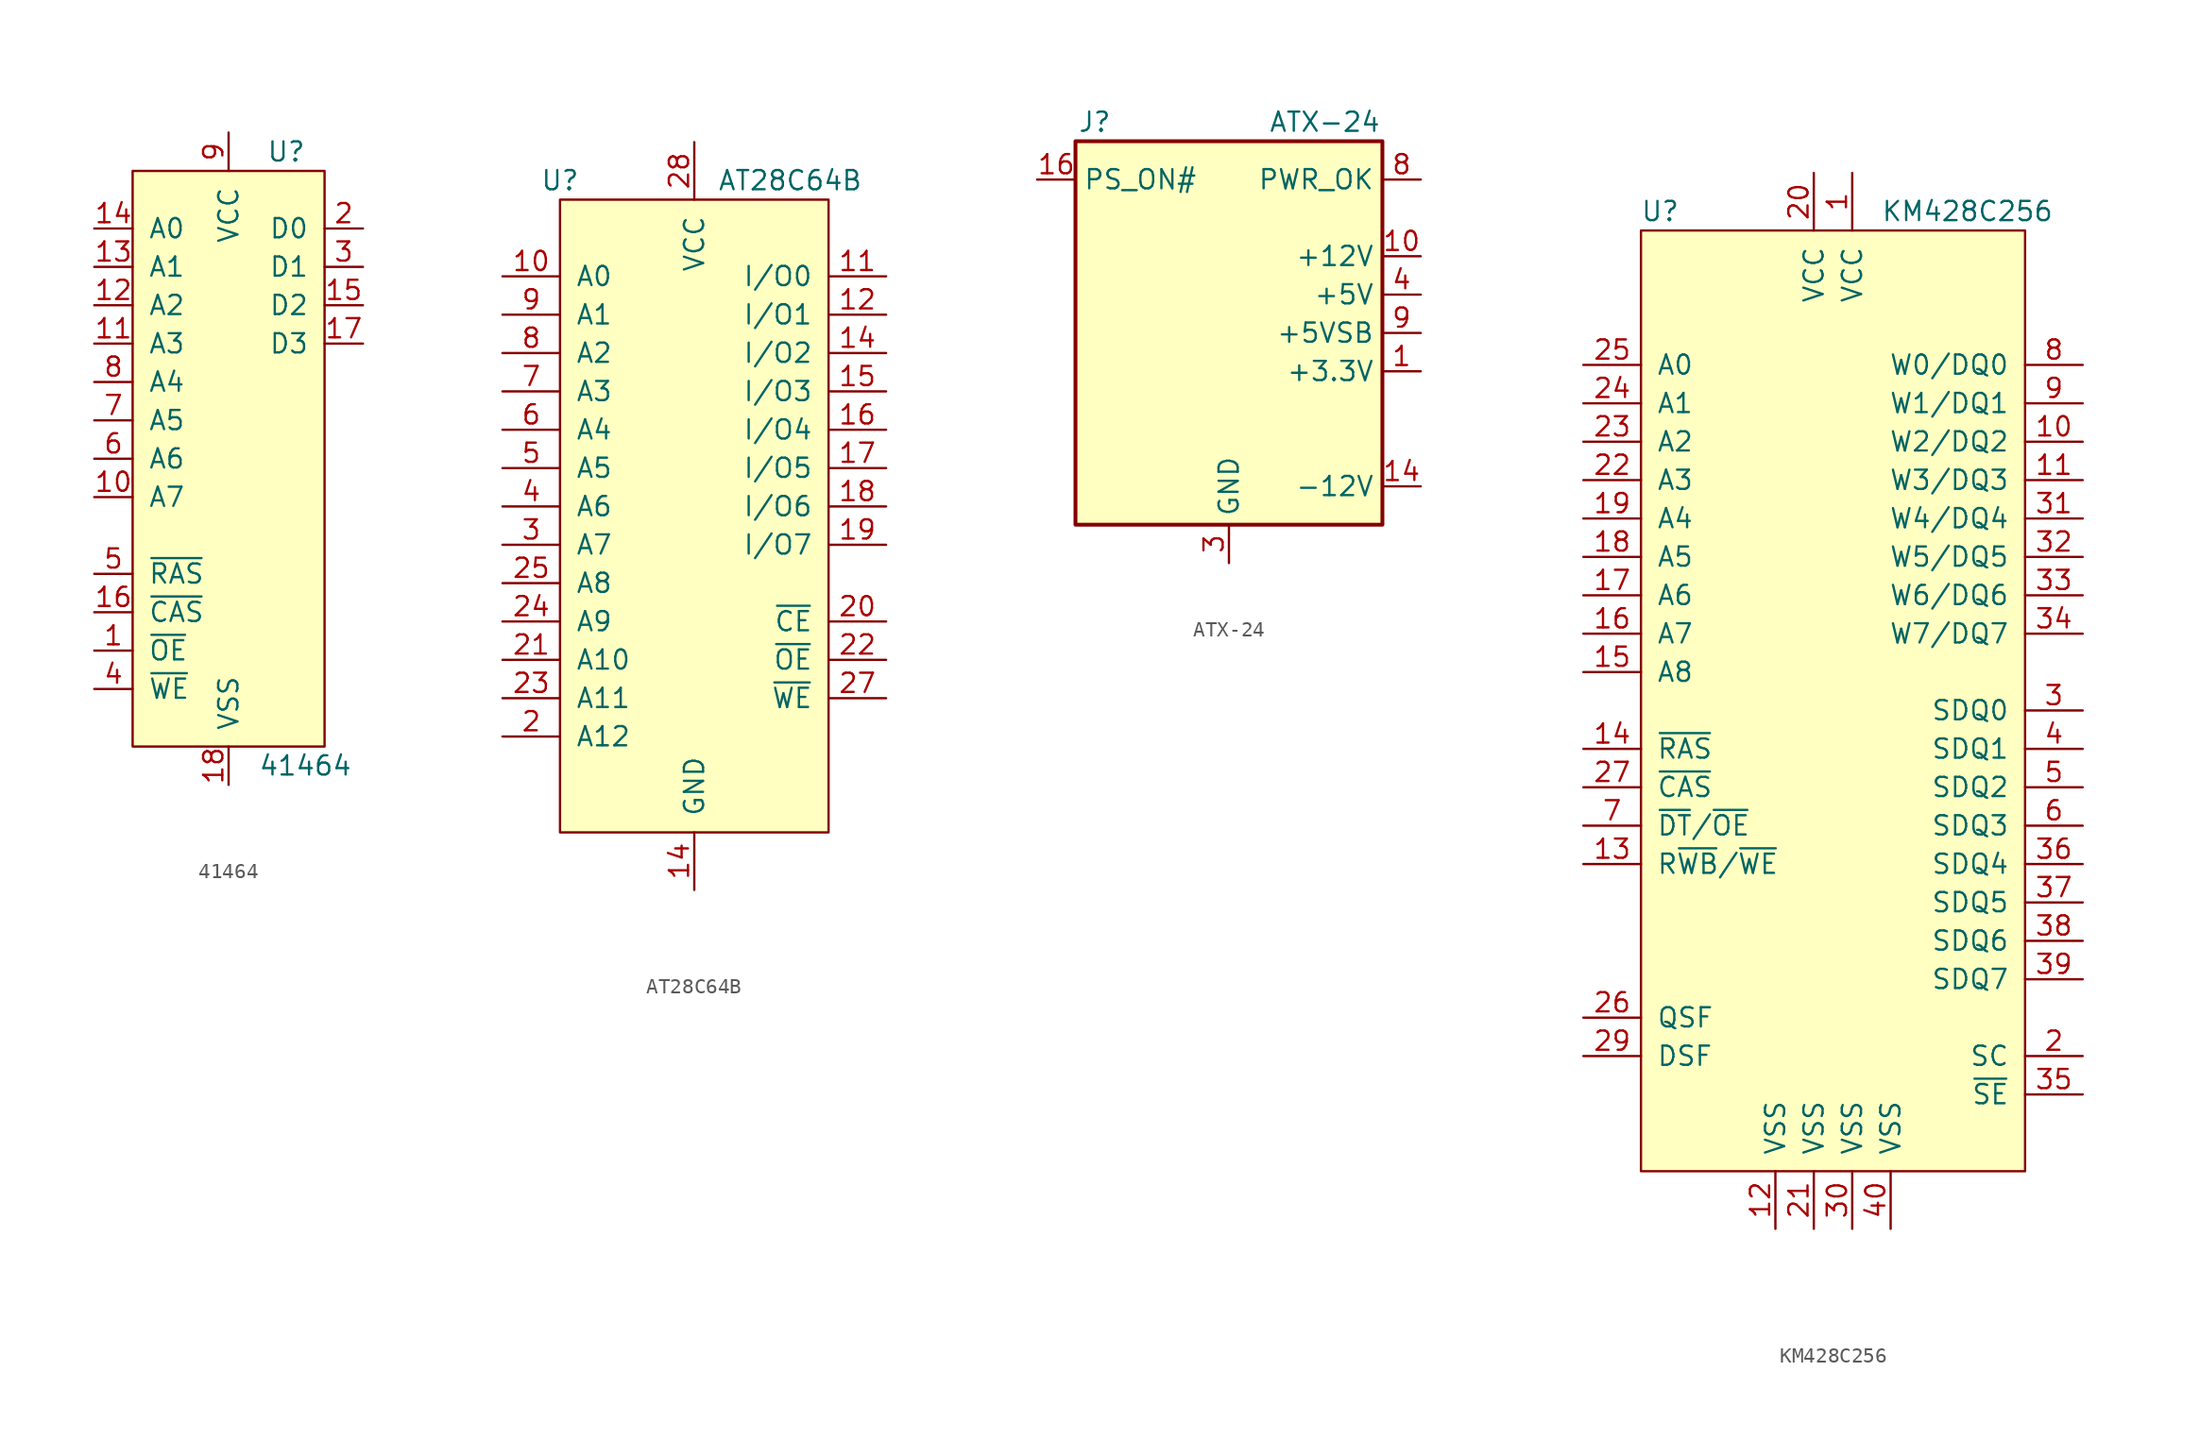
<source format=kicad_sym>
(kicad_symbol_lib
  (version 20220914)
  (generator kicad_symbol_editor)
  (symbol "41464"
    (pin_names
      (offset 1.016))
    (property "Reference" "U"
      (at 3.81 20.32 0)
      (effects (font (size 1.27 1.27))))
    (property "Value" "41464"
      (at 5.08 -20.32 0)
      (effects (font (size 1.27 1.27))))
    (symbol "41464_0_1"
      (rectangle (start -6.35 19.05) (end 6.35 -19.05) (stroke (width 0) (type default)) (fill (type background))))
    (symbol "41464_1_1"
      (pin input line (at -8.89 -12.7 0) (length 2.54) (name "~{OE}" (effects (font (size 1.27 1.27)))) (number "1" (effects (font (size 1.27 1.27)))))
      (pin input line (at -8.89 -2.54 0) (length 2.54) (name "A7" (effects (font (size 1.27 1.27)))) (number "10" (effects (font (size 1.27 1.27)))))
      (pin input line (at -8.89 7.62 0) (length 2.54) (name "A3" (effects (font (size 1.27 1.27)))) (number "11" (effects (font (size 1.27 1.27)))))
      (pin input line (at -8.89 10.16 0) (length 2.54) (name "A2" (effects (font (size 1.27 1.27)))) (number "12" (effects (font (size 1.27 1.27)))))
      (pin input line (at -8.89 12.7 0) (length 2.54) (name "A1" (effects (font (size 1.27 1.27)))) (number "13" (effects (font (size 1.27 1.27)))))
      (pin input line (at -8.89 15.24 0) (length 2.54) (name "A0" (effects (font (size 1.27 1.27)))) (number "14" (effects (font (size 1.27 1.27)))))
      (pin bidirectional line (at 8.89 10.16 180) (length 2.54) (name "D2" (effects (font (size 1.27 1.27)))) (number "15" (effects (font (size 1.27 1.27)))))
      (pin input line (at -8.89 -10.16 0) (length 2.54) (name "~{CAS}" (effects (font (size 1.27 1.27)))) (number "16" (effects (font (size 1.27 1.27)))))
      (pin bidirectional line (at 8.89 7.62 180) (length 2.54) (name "D3" (effects (font (size 1.27 1.27)))) (number "17" (effects (font (size 1.27 1.27)))))
      (pin power_in line (at 0 -21.59 90) (length 2.54) (name "VSS" (effects (font (size 1.27 1.27)))) (number "18" (effects (font (size 1.27 1.27)))))
      (pin bidirectional line (at 8.89 15.24 180) (length 2.54) (name "D0" (effects (font (size 1.27 1.27)))) (number "2" (effects (font (size 1.27 1.27)))))
      (pin bidirectional line (at 8.89 12.7 180) (length 2.54) (name "D1" (effects (font (size 1.27 1.27)))) (number "3" (effects (font (size 1.27 1.27)))))
      (pin input line (at -8.89 -15.24 0) (length 2.54) (name "~{WE}" (effects (font (size 1.27 1.27)))) (number "4" (effects (font (size 1.27 1.27)))))
      (pin input line (at -8.89 -7.62 0) (length 2.54) (name "~{RAS}" (effects (font (size 1.27 1.27)))) (number "5" (effects (font (size 1.27 1.27)))))
      (pin input line (at -8.89 0 0) (length 2.54) (name "A6" (effects (font (size 1.27 1.27)))) (number "6" (effects (font (size 1.27 1.27)))))
      (pin input line (at -8.89 2.54 0) (length 2.54) (name "A5" (effects (font (size 1.27 1.27)))) (number "7" (effects (font (size 1.27 1.27)))))
      (pin input line (at -8.89 5.08 0) (length 2.54) (name "A4" (effects (font (size 1.27 1.27)))) (number "8" (effects (font (size 1.27 1.27)))))
      (pin power_in line (at 0 21.59 270) (length 2.54) (name "VCC" (effects (font (size 1.27 1.27)))) (number "9" (effects (font (size 1.27 1.27)))))))
  (symbol "AT28C64B"
    (pin_names
      (offset 1.016))
    (property "Reference" "U"
      (at -8.89 17.78 0)
      (effects (font (size 1.27 1.27))))
    (property "Value" "AT28C64B"
      (at 6.35 17.78 0)
      (effects (font (size 1.27 1.27))))
    (symbol "AT28C64B_0_1"
      (rectangle (start -8.89 16.51) (end 8.89 -25.4) (stroke (width 0) (type default)) (fill (type background))))
    (symbol "AT28C64B_1_1"
      (pin no_connect line (at 12.7 -21.59 180) (length 3.81) hide (name "NC" (effects (font (size 1.27 1.27)))) (number "1" (effects (font (size 1.27 1.27)))))
      (pin input line (at -12.7 11.43 0) (length 3.81) (name "A0" (effects (font (size 1.27 1.27)))) (number "10" (effects (font (size 1.27 1.27)))))
      (pin bidirectional line (at 12.7 11.43 180) (length 3.81) (name "I/O0" (effects (font (size 1.27 1.27)))) (number "11" (effects (font (size 1.27 1.27)))))
      (pin bidirectional line (at 12.7 8.89 180) (length 3.81) (name "I/O1" (effects (font (size 1.27 1.27)))) (number "12" (effects (font (size 1.27 1.27)))))
      (pin power_in line (at 0 -29.21 90) (length 3.81) (name "GND" (effects (font (size 1.27 1.27)))) (number "14" (effects (font (size 1.27 1.27)))))
      (pin bidirectional line (at 12.7 6.35 180) (length 3.81) (name "I/O2" (effects (font (size 1.27 1.27)))) (number "14" (effects (font (size 1.27 1.27)))))
      (pin bidirectional line (at 12.7 3.81 180) (length 3.81) (name "I/O3" (effects (font (size 1.27 1.27)))) (number "15" (effects (font (size 1.27 1.27)))))
      (pin bidirectional line (at 12.7 1.27 180) (length 3.81) (name "I/O4" (effects (font (size 1.27 1.27)))) (number "16" (effects (font (size 1.27 1.27)))))
      (pin bidirectional line (at 12.7 -1.27 180) (length 3.81) (name "I/O5" (effects (font (size 1.27 1.27)))) (number "17" (effects (font (size 1.27 1.27)))))
      (pin bidirectional line (at 12.7 -3.81 180) (length 3.81) (name "I/O6" (effects (font (size 1.27 1.27)))) (number "18" (effects (font (size 1.27 1.27)))))
      (pin bidirectional line (at 12.7 -6.35 180) (length 3.81) (name "I/O7" (effects (font (size 1.27 1.27)))) (number "19" (effects (font (size 1.27 1.27)))))
      (pin input line (at -12.7 -19.05 0) (length 3.81) (name "A12" (effects (font (size 1.27 1.27)))) (number "2" (effects (font (size 1.27 1.27)))))
      (pin input line (at 12.7 -11.43 180) (length 3.81) (name "~{CE}" (effects (font (size 1.27 1.27)))) (number "20" (effects (font (size 1.27 1.27)))))
      (pin input line (at -12.7 -13.97 0) (length 3.81) (name "A10" (effects (font (size 1.27 1.27)))) (number "21" (effects (font (size 1.27 1.27)))))
      (pin input line (at 12.7 -13.97 180) (length 3.81) (name "~{OE}" (effects (font (size 1.27 1.27)))) (number "22" (effects (font (size 1.27 1.27)))))
      (pin input line (at -12.7 -16.51 0) (length 3.81) (name "A11" (effects (font (size 1.27 1.27)))) (number "23" (effects (font (size 1.27 1.27)))))
      (pin input line (at -12.7 -11.43 0) (length 3.81) (name "A9" (effects (font (size 1.27 1.27)))) (number "24" (effects (font (size 1.27 1.27)))))
      (pin input line (at -12.7 -8.89 0) (length 3.81) (name "A8" (effects (font (size 1.27 1.27)))) (number "25" (effects (font (size 1.27 1.27)))))
      (pin no_connect line (at 12.7 -19.05 180) (length 3.81) hide (name "NC" (effects (font (size 1.27 1.27)))) (number "26" (effects (font (size 1.27 1.27)))))
      (pin input line (at 12.7 -16.51 180) (length 3.81) (name "~{WE}" (effects (font (size 1.27 1.27)))) (number "27" (effects (font (size 1.27 1.27)))))
      (pin power_in line (at 0 20.32 270) (length 3.81) (name "VCC" (effects (font (size 1.27 1.27)))) (number "28" (effects (font (size 1.27 1.27)))))
      (pin input line (at -12.7 -6.35 0) (length 3.81) (name "A7" (effects (font (size 1.27 1.27)))) (number "3" (effects (font (size 1.27 1.27)))))
      (pin input line (at -12.7 -3.81 0) (length 3.81) (name "A6" (effects (font (size 1.27 1.27)))) (number "4" (effects (font (size 1.27 1.27)))))
      (pin input line (at -12.7 -1.27 0) (length 3.81) (name "A5" (effects (font (size 1.27 1.27)))) (number "5" (effects (font (size 1.27 1.27)))))
      (pin input line (at -12.7 1.27 0) (length 3.81) (name "A4" (effects (font (size 1.27 1.27)))) (number "6" (effects (font (size 1.27 1.27)))))
      (pin input line (at -12.7 3.81 0) (length 3.81) (name "A3" (effects (font (size 1.27 1.27)))) (number "7" (effects (font (size 1.27 1.27)))))
      (pin input line (at -12.7 6.35 0) (length 3.81) (name "A2" (effects (font (size 1.27 1.27)))) (number "8" (effects (font (size 1.27 1.27)))))
      (pin input line (at -12.7 8.89 0) (length 3.81) (name "A1" (effects (font (size 1.27 1.27)))) (number "9" (effects (font (size 1.27 1.27)))))))
  (symbol "ATX-24"
    (property "Reference" "J"
      (at -8.89 13.97 0)
      (effects (font (size 1.27 1.27))))
    (property "Value" "ATX-24"
      (at 6.35 13.97 0)
      (effects (font (size 1.27 1.27))))
    (symbol "ATX-24_0_1"
      (rectangle (start -10.16 12.7) (end 10.16 -12.7) (stroke (width 0.254) (type default)) (fill (type background))))
    (symbol "ATX-24_1_1"
      (pin power_out line (at 12.7 -2.54 180) (length 2.54) (name "+3.3V" (effects (font (size 1.27 1.27)))) (number "1" (effects (font (size 1.27 1.27)))))
      (pin power_out line (at 12.7 5.08 180) (length 2.54) (name "+12V" (effects (font (size 1.27 1.27)))) (number "10" (effects (font (size 1.27 1.27)))))
      (pin passive line (at 12.7 5.08 180) (length 2.54) hide (name "+12V" (effects (font (size 1.27 1.27)))) (number "11" (effects (font (size 1.27 1.27)))))
      (pin passive line (at 12.7 -2.54 180) (length 2.54) hide (name "+3.3V" (effects (font (size 1.27 1.27)))) (number "12" (effects (font (size 1.27 1.27)))))
      (pin passive line (at 12.7 -2.54 180) (length 2.54) hide (name "+3.3V" (effects (font (size 1.27 1.27)))) (number "13" (effects (font (size 1.27 1.27)))))
      (pin power_out line (at 12.7 -10.16 180) (length 2.54) (name "-12V" (effects (font (size 1.27 1.27)))) (number "14" (effects (font (size 1.27 1.27)))))
      (pin passive line (at 0 -15.24 90) (length 2.54) hide (name "GND" (effects (font (size 1.27 1.27)))) (number "15" (effects (font (size 1.27 1.27)))))
      (pin input line (at -12.7 10.16 0) (length 2.54) (name "PS_ON#" (effects (font (size 1.27 1.27)))) (number "16" (effects (font (size 1.27 1.27)))))
      (pin passive line (at 0 -15.24 90) (length 2.54) hide (name "GND" (effects (font (size 1.27 1.27)))) (number "17" (effects (font (size 1.27 1.27)))))
      (pin passive line (at 0 -15.24 90) (length 2.54) hide (name "GND" (effects (font (size 1.27 1.27)))) (number "18" (effects (font (size 1.27 1.27)))))
      (pin passive line (at 0 -15.24 90) (length 2.54) hide (name "GND" (effects (font (size 1.27 1.27)))) (number "19" (effects (font (size 1.27 1.27)))))
      (pin passive line (at 12.7 -2.54 180) (length 2.54) hide (name "+3.3V" (effects (font (size 1.27 1.27)))) (number "2" (effects (font (size 1.27 1.27)))))
      (pin no_connect line (at -10.16 0 0) (length 2.54) hide (name "NC" (effects (font (size 1.27 1.27)))) (number "20" (effects (font (size 1.27 1.27)))))
      (pin passive line (at 12.7 2.54 180) (length 2.54) hide (name "+5V" (effects (font (size 1.27 1.27)))) (number "21" (effects (font (size 1.27 1.27)))))
      (pin passive line (at 12.7 2.54 180) (length 2.54) hide (name "+5V" (effects (font (size 1.27 1.27)))) (number "22" (effects (font (size 1.27 1.27)))))
      (pin passive line (at 12.7 2.54 180) (length 2.54) hide (name "+5V" (effects (font (size 1.27 1.27)))) (number "23" (effects (font (size 1.27 1.27)))))
      (pin passive line (at 0 -15.24 90) (length 2.54) hide (name "GND" (effects (font (size 1.27 1.27)))) (number "24" (effects (font (size 1.27 1.27)))))
      (pin power_out line (at 0 -15.24 90) (length 2.54) (name "GND" (effects (font (size 1.27 1.27)))) (number "3" (effects (font (size 1.27 1.27)))))
      (pin power_out line (at 12.7 2.54 180) (length 2.54) (name "+5V" (effects (font (size 1.27 1.27)))) (number "4" (effects (font (size 1.27 1.27)))))
      (pin passive line (at 0 -15.24 90) (length 2.54) hide (name "GND" (effects (font (size 1.27 1.27)))) (number "5" (effects (font (size 1.27 1.27)))))
      (pin passive line (at 12.7 2.54 180) (length 2.54) hide (name "+5V" (effects (font (size 1.27 1.27)))) (number "6" (effects (font (size 1.27 1.27)))))
      (pin passive line (at 0 -15.24 90) (length 2.54) hide (name "GND" (effects (font (size 1.27 1.27)))) (number "7" (effects (font (size 1.27 1.27)))))
      (pin output line (at 12.7 10.16 180) (length 2.54) (name "PWR_OK" (effects (font (size 1.27 1.27)))) (number "8" (effects (font (size 1.27 1.27)))))
      (pin power_out line (at 12.7 0 180) (length 2.54) (name "+5VSB" (effects (font (size 1.27 1.27)))) (number "9" (effects (font (size 1.27 1.27)))))))
  (symbol "KM428C256"
    (pin_names
      (offset 1.016))
    (property "Reference" "U"
      (at -11.43 30.48 0)
      (effects (font (size 1.27 1.27))))
    (property "Value" "KM428C256"
      (at 8.89 30.48 0)
      (effects (font (size 1.27 1.27))))
    (symbol "KM428C256_0_1"
      (rectangle (start -12.7 29.21) (end 12.7 -33.02) (stroke (width 0) (type default)) (fill (type background))))
    (symbol "KM428C256_1_1"
      (pin power_in line (at 1.27 33.02 270) (length 3.81) (name "VCC" (effects (font (size 1.27 1.27)))) (number "1" (effects (font (size 1.27 1.27)))))
      (pin bidirectional line (at 16.51 15.24 180) (length 3.81) (name "W2/DQ2" (effects (font (size 1.27 1.27)))) (number "10" (effects (font (size 1.27 1.27)))))
      (pin bidirectional line (at 16.51 12.7 180) (length 3.81) (name "W3/DQ3" (effects (font (size 1.27 1.27)))) (number "11" (effects (font (size 1.27 1.27)))))
      (pin power_in line (at -3.81 -36.83 90) (length 3.81) (name "VSS" (effects (font (size 1.27 1.27)))) (number "12" (effects (font (size 1.27 1.27)))))
      (pin input line (at -16.51 -12.7 0) (length 3.81) (name "R~{WB}/~{WE}" (effects (font (size 1.27 1.27)))) (number "13" (effects (font (size 1.27 1.27)))))
      (pin input line (at -16.51 -5.08 0) (length 3.81) (name "~{RAS}" (effects (font (size 1.27 1.27)))) (number "14" (effects (font (size 1.27 1.27)))))
      (pin input line (at -16.51 0 0) (length 3.81) (name "A8" (effects (font (size 1.27 1.27)))) (number "15" (effects (font (size 1.27 1.27)))))
      (pin input line (at -16.51 2.54 0) (length 3.81) (name "A7" (effects (font (size 1.27 1.27)))) (number "16" (effects (font (size 1.27 1.27)))))
      (pin input line (at -16.51 5.08 0) (length 3.81) (name "A6" (effects (font (size 1.27 1.27)))) (number "17" (effects (font (size 1.27 1.27)))))
      (pin input line (at -16.51 7.62 0) (length 3.81) (name "A5" (effects (font (size 1.27 1.27)))) (number "18" (effects (font (size 1.27 1.27)))))
      (pin input line (at -16.51 10.16 0) (length 3.81) (name "A4" (effects (font (size 1.27 1.27)))) (number "19" (effects (font (size 1.27 1.27)))))
      (pin input line (at 16.51 -25.4 180) (length 3.81) (name "SC" (effects (font (size 1.27 1.27)))) (number "2" (effects (font (size 1.27 1.27)))))
      (pin power_in line (at -1.27 33.02 270) (length 3.81) (name "VCC" (effects (font (size 1.27 1.27)))) (number "20" (effects (font (size 1.27 1.27)))))
      (pin power_in line (at -1.27 -36.83 90) (length 3.81) (name "VSS" (effects (font (size 1.27 1.27)))) (number "21" (effects (font (size 1.27 1.27)))))
      (pin input line (at -16.51 12.7 0) (length 3.81) (name "A3" (effects (font (size 1.27 1.27)))) (number "22" (effects (font (size 1.27 1.27)))))
      (pin input line (at -16.51 15.24 0) (length 3.81) (name "A2" (effects (font (size 1.27 1.27)))) (number "23" (effects (font (size 1.27 1.27)))))
      (pin input line (at -16.51 17.78 0) (length 3.81) (name "A1" (effects (font (size 1.27 1.27)))) (number "24" (effects (font (size 1.27 1.27)))))
      (pin input line (at -16.51 20.32 0) (length 3.81) (name "A0" (effects (font (size 1.27 1.27)))) (number "25" (effects (font (size 1.27 1.27)))))
      (pin input line (at -16.51 -22.86 0) (length 3.81) (name "QSF" (effects (font (size 1.27 1.27)))) (number "26" (effects (font (size 1.27 1.27)))))
      (pin input line (at -16.51 -7.62 0) (length 3.81) (name "~{CAS}" (effects (font (size 1.27 1.27)))) (number "27" (effects (font (size 1.27 1.27)))))
      (pin no_connect line (at 16.51 0 180) (length 3.81) hide (name "N/C" (effects (font (size 1.27 1.27)))) (number "28" (effects (font (size 1.27 1.27)))))
      (pin input line (at -16.51 -25.4 0) (length 3.81) (name "DSF" (effects (font (size 1.27 1.27)))) (number "29" (effects (font (size 1.27 1.27)))))
      (pin bidirectional line (at 16.51 -2.54 180) (length 3.81) (name "SDQ0" (effects (font (size 1.27 1.27)))) (number "3" (effects (font (size 1.27 1.27)))))
      (pin power_in line (at 1.27 -36.83 90) (length 3.81) (name "VSS" (effects (font (size 1.27 1.27)))) (number "30" (effects (font (size 1.27 1.27)))))
      (pin bidirectional line (at 16.51 10.16 180) (length 3.81) (name "W4/DQ4" (effects (font (size 1.27 1.27)))) (number "31" (effects (font (size 1.27 1.27)))))
      (pin bidirectional line (at 16.51 7.62 180) (length 3.81) (name "W5/DQ5" (effects (font (size 1.27 1.27)))) (number "32" (effects (font (size 1.27 1.27)))))
      (pin bidirectional line (at 16.51 5.08 180) (length 3.81) (name "W6/DQ6" (effects (font (size 1.27 1.27)))) (number "33" (effects (font (size 1.27 1.27)))))
      (pin bidirectional line (at 16.51 2.54 180) (length 3.81) (name "W7/DQ7" (effects (font (size 1.27 1.27)))) (number "34" (effects (font (size 1.27 1.27)))))
      (pin input line (at 16.51 -27.94 180) (length 3.81) (name "~{SE}" (effects (font (size 1.27 1.27)))) (number "35" (effects (font (size 1.27 1.27)))))
      (pin bidirectional line (at 16.51 -12.7 180) (length 3.81) (name "SDQ4" (effects (font (size 1.27 1.27)))) (number "36" (effects (font (size 1.27 1.27)))))
      (pin bidirectional line (at 16.51 -15.24 180) (length 3.81) (name "SDQ5" (effects (font (size 1.27 1.27)))) (number "37" (effects (font (size 1.27 1.27)))))
      (pin bidirectional line (at 16.51 -17.78 180) (length 3.81) (name "SDQ6" (effects (font (size 1.27 1.27)))) (number "38" (effects (font (size 1.27 1.27)))))
      (pin bidirectional line (at 16.51 -20.32 180) (length 3.81) (name "SDQ7" (effects (font (size 1.27 1.27)))) (number "39" (effects (font (size 1.27 1.27)))))
      (pin bidirectional line (at 16.51 -5.08 180) (length 3.81) (name "SDQ1" (effects (font (size 1.27 1.27)))) (number "4" (effects (font (size 1.27 1.27)))))
      (pin power_in line (at 3.81 -36.83 90) (length 3.81) (name "VSS" (effects (font (size 1.27 1.27)))) (number "40" (effects (font (size 1.27 1.27)))))
      (pin bidirectional line (at 16.51 -7.62 180) (length 3.81) (name "SDQ2" (effects (font (size 1.27 1.27)))) (number "5" (effects (font (size 1.27 1.27)))))
      (pin bidirectional line (at 16.51 -10.16 180) (length 3.81) (name "SDQ3" (effects (font (size 1.27 1.27)))) (number "6" (effects (font (size 1.27 1.27)))))
      (pin input line (at -16.51 -10.16 0) (length 3.81) (name "~{DT}/~{OE}" (effects (font (size 1.27 1.27)))) (number "7" (effects (font (size 1.27 1.27)))))
      (pin bidirectional line (at 16.51 20.32 180) (length 3.81) (name "W0/DQ0" (effects (font (size 1.27 1.27)))) (number "8" (effects (font (size 1.27 1.27)))))
      (pin bidirectional line (at 16.51 17.78 180) (length 3.81) (name "W1/DQ1" (effects (font (size 1.27 1.27)))) (number "9" (effects (font (size 1.27 1.27))))))))
</source>
